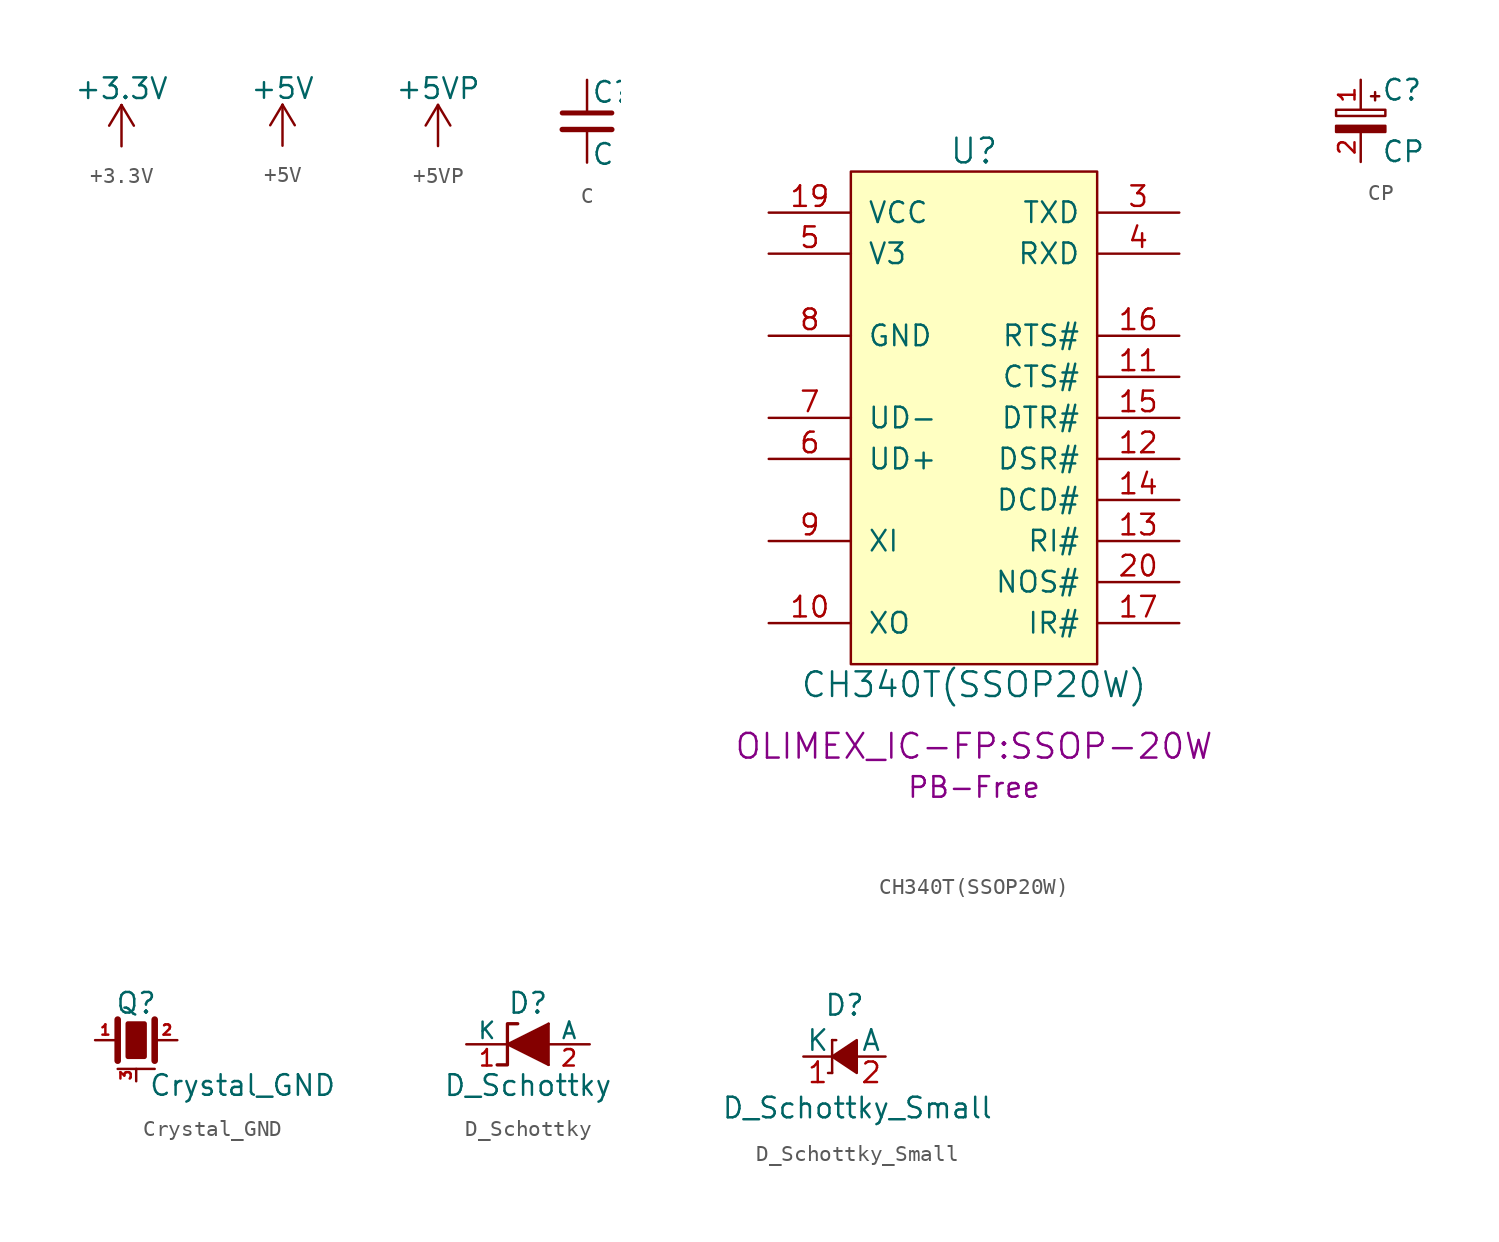
<source format=kicad_sym>
(kicad_symbol_lib
  (version 20231120)
  (generator "kicad_symbol_editor")
  (generator_version "8.0")
  (symbol "+3.3V"
    (power)
    (pin_names
      (offset 0))
    (property "Reference" "#PWR"
      (at 0 -3.81 0)
      (effects (font (size 1.27 1.27)) (hide yes)))
    (property "Value" "+3.3V"
      (at 0 3.556 0)
      (effects (font (size 1.27 1.27))))
    (property "Footprint" ""
      (at 0 0 0)
      (effects (font (size 1.524 1.524))))
    (property "Datasheet" ""
      (at 0 0 0)
      (effects (font (size 1.524 1.524))))
    (symbol "+3.3V_0_1"
      (polyline (pts (xy -0.762 1.27) (xy 0 2.54)) (stroke (width 0) (type solid)) (fill (type none)))
      (polyline (pts (xy 0 0) (xy 0 2.54)) (stroke (width 0) (type solid)) (fill (type none)))
      (polyline (pts (xy 0 2.54) (xy 0.762 1.27)) (stroke (width 0) (type solid)) (fill (type none))))
    (symbol "+3.3V_1_1"
      (pin power_in line (at 0 0 90) (length 0) hide (name "+3V3" (effects (font (size 1.27 1.27)))) (number "1" (effects (font (size 1.27 1.27)))))))
  (symbol "+5V"
    (power)
    (pin_names
      (offset 0))
    (property "Reference" "#PWR"
      (at 0 -3.81 0)
      (effects (font (size 1.27 1.27)) (hide yes)))
    (property "Value" "+5V"
      (at 0 3.556 0)
      (effects (font (size 1.27 1.27))))
    (property "Footprint" ""
      (at 0 0 0)
      (effects (font (size 1.524 1.524))))
    (property "Datasheet" ""
      (at 0 0 0)
      (effects (font (size 1.524 1.524))))
    (symbol "+5V_0_1"
      (polyline (pts (xy -0.762 1.27) (xy 0 2.54)) (stroke (width 0) (type solid)) (fill (type none)))
      (polyline (pts (xy 0 0) (xy 0 2.54)) (stroke (width 0) (type solid)) (fill (type none)))
      (polyline (pts (xy 0 2.54) (xy 0.762 1.27)) (stroke (width 0) (type solid)) (fill (type none))))
    (symbol "+5V_1_1"
      (pin power_in line (at 0 0 90) (length 0) hide (name "+5V" (effects (font (size 1.27 1.27)))) (number "1" (effects (font (size 1.27 1.27)))))))
  (symbol "+5VP"
    (power)
    (pin_names
      (offset 0))
    (property "Reference" "#PWR"
      (at 0 -3.81 0)
      (effects (font (size 1.27 1.27)) (hide yes)))
    (property "Value" "+5VP"
      (at 0 3.556 0)
      (effects (font (size 1.27 1.27))))
    (property "Footprint" ""
      (at 0 0 0)
      (effects (font (size 1.524 1.524))))
    (property "Datasheet" ""
      (at 0 0 0)
      (effects (font (size 1.524 1.524))))
    (symbol "+5VP_0_1"
      (polyline (pts (xy -0.762 1.27) (xy 0 2.54)) (stroke (width 0) (type solid)) (fill (type none)))
      (polyline (pts (xy 0 0) (xy 0 2.54)) (stroke (width 0) (type solid)) (fill (type none)))
      (polyline (pts (xy 0 2.54) (xy 0.762 1.27)) (stroke (width 0) (type solid)) (fill (type none))))
    (symbol "+5VP_1_1"
      (pin power_in line (at 0 0 90) (length 0) hide (name "+5VP" (effects (font (size 1.27 1.27)))) (number "1" (effects (font (size 1.27 1.27)))))))
  (symbol "C"
    (pin_numbers hide)
    (pin_names
      (offset 0.254) hide)
    (property "Reference" "C"
      (at 0.254 1.778 0)
      (effects (font (size 1.27 1.27)) (justify left)))
    (property "Value" "C"
      (at 0.254 -2.032 0)
      (effects (font (size 1.27 1.27)) (justify left)))
    (property "Footprint" ""
      (at 0 0 0)
      (effects (font (size 1.524 1.524))))
    (property "Datasheet" ""
      (at 0 0 0)
      (effects (font (size 1.524 1.524))))
    (symbol "C_0_1"
      (polyline (pts (xy -1.524 -0.508) (xy 1.524 -0.508)) (stroke (width 0.33) (type solid)) (fill (type none)))
      (polyline (pts (xy -1.524 0.508) (xy 1.524 0.508)) (stroke (width 0.305) (type solid)) (fill (type none))))
    (symbol "C_1_1"
      (pin passive line (at 0 2.54 270) (length 1.905) (name "~" (effects (font (size 1.016 1.016)))) (number "1" (effects (font (size 1.016 1.016)))))
      (pin passive line (at 0 -2.54 90) (length 2.032) (name "~" (effects (font (size 1.016 1.016)))) (number "2" (effects (font (size 1.016 1.016)))))))
  (symbol "CH340T(SSOP20W)"
    (pin_names
      (offset 1.016))
    (property "Reference" "U"
      (at 0 16.51 0)
      (effects (font (size 1.524 1.524))))
    (property "Value" "CH340T(SSOP20W)"
      (at 0 -16.51 0)
      (effects (font (size 1.524 1.524))))
    (property "Footprint" "OLIMEX_IC-FP:SSOP-20W"
      (at 0 -20.32 0)
      (effects (font (size 1.524 1.524))))
    (property "Datasheet" ""
      (at 0 0 0)
      (effects (font (size 1.524 1.524))))
    (property "Description" "PB-Free"
      (at 0 -22.86 0)
      (effects (font (size 1.27 1.27))))
    (symbol "CH340T(SSOP20W)_0_1"
      (rectangle (start -7.62 15.24) (end 7.62 -15.24) (stroke (width 0) (type solid)) (fill (type background))))
    (symbol "CH340T(SSOP20W)_1_1"
      (pin output line (at -12.7 -12.7 0) (length 5.08) (name "XO" (effects (font (size 1.27 1.27)))) (number "10" (effects (font (size 1.27 1.27)))))
      (pin input line (at 12.7 2.54 180) (length 5.08) (name "CTS#" (effects (font (size 1.27 1.27)))) (number "11" (effects (font (size 1.27 1.27)))))
      (pin input line (at 12.7 -2.54 180) (length 5.08) (name "DSR#" (effects (font (size 1.27 1.27)))) (number "12" (effects (font (size 1.27 1.27)))))
      (pin input line (at 12.7 -7.62 180) (length 5.08) (name "RI#" (effects (font (size 1.27 1.27)))) (number "13" (effects (font (size 1.27 1.27)))))
      (pin input line (at 12.7 -5.08 180) (length 5.08) (name "DCD#" (effects (font (size 1.27 1.27)))) (number "14" (effects (font (size 1.27 1.27)))))
      (pin output line (at 12.7 0 180) (length 5.08) (name "DTR#" (effects (font (size 1.27 1.27)))) (number "15" (effects (font (size 1.27 1.27)))))
      (pin output line (at 12.7 5.08 180) (length 5.08) (name "RTS#" (effects (font (size 1.27 1.27)))) (number "16" (effects (font (size 1.27 1.27)))))
      (pin input line (at 12.7 -12.7 180) (length 5.08) (name "IR#" (effects (font (size 1.27 1.27)))) (number "17" (effects (font (size 1.27 1.27)))))
      (pin power_in line (at -12.7 12.7 0) (length 5.08) (name "VCC" (effects (font (size 1.27 1.27)))) (number "19" (effects (font (size 1.27 1.27)))))
      (pin input line (at 12.7 -10.16 180) (length 5.08) (name "NOS#" (effects (font (size 1.27 1.27)))) (number "20" (effects (font (size 1.27 1.27)))))
      (pin output line (at 12.7 12.7 180) (length 5.08) (name "TXD" (effects (font (size 1.27 1.27)))) (number "3" (effects (font (size 1.27 1.27)))))
      (pin input line (at 12.7 10.16 180) (length 5.08) (name "RXD" (effects (font (size 1.27 1.27)))) (number "4" (effects (font (size 1.27 1.27)))))
      (pin power_in line (at -12.7 10.16 0) (length 5.08) (name "V3" (effects (font (size 1.27 1.27)))) (number "5" (effects (font (size 1.27 1.27)))))
      (pin bidirectional line (at -12.7 -2.54 0) (length 5.08) (name "UD+" (effects (font (size 1.27 1.27)))) (number "6" (effects (font (size 1.27 1.27)))))
      (pin bidirectional line (at -12.7 0 0) (length 5.08) (name "UD-" (effects (font (size 1.27 1.27)))) (number "7" (effects (font (size 1.27 1.27)))))
      (pin power_in line (at -12.7 5.08 0) (length 5.08) (name "GND" (effects (font (size 1.27 1.27)))) (number "8" (effects (font (size 1.27 1.27)))))
      (pin input line (at -12.7 -7.62 0) (length 5.08) (name "XI" (effects (font (size 1.27 1.27)))) (number "9" (effects (font (size 1.27 1.27)))))))
  (symbol "CP"
    (pin_names
      (offset 0.254) hide)
    (property "Reference" "C"
      (at 1.27 1.905 0)
      (effects (font (size 1.27 1.27)) (justify left)))
    (property "Value" "CP"
      (at 1.27 -1.905 0)
      (effects (font (size 1.27 1.27)) (justify left)))
    (property "Footprint" ""
      (at 0 0 0)
      (effects (font (size 1.524 1.524))))
    (property "Datasheet" ""
      (at 0 0 0)
      (effects (font (size 1.524 1.524))))
    (symbol "CP_0_1"
      (rectangle (start -1.524 -0.305) (end 1.524 -0.686) (stroke (width 0) (type solid)) (fill (type outline)))
      (rectangle (start -1.524 0.686) (end 1.524 0.305) (stroke (width 0) (type solid)) (fill (type none)))
      (polyline (pts (xy 0.635 1.524) (xy 1.143 1.524)) (stroke (width 0) (type solid)) (fill (type none)))
      (polyline (pts (xy 0.889 1.27) (xy 0.889 1.778)) (stroke (width 0) (type solid)) (fill (type none))))
    (symbol "CP_1_1"
      (pin passive line (at 0 2.54 270) (length 1.854) (name "+" (effects (font (size 1.016 1.016)))) (number "1" (effects (font (size 1.016 1.016)))))
      (pin passive line (at 0 -2.54 90) (length 1.854) (name "-" (effects (font (size 1.016 1.016)))) (number "2" (effects (font (size 1.016 1.016)))))))
  (symbol "Crystal_GND"
    (pin_names
      (offset 1.016) hide)
    (property "Reference" "Q"
      (at 0 2.286 0)
      (effects (font (size 1.27 1.27))))
    (property "Value" "Crystal_GND"
      (at 0.762 -2.794 0)
      (effects (font (size 1.27 1.27)) (justify left)))
    (property "Footprint" ""
      (at 0 0 0)
      (effects (font (size 1.524 1.524))))
    (property "Datasheet" ""
      (at 0 0 0)
      (effects (font (size 1.524 1.524))))
    (symbol "Crystal_GND_0_1"
      (polyline (pts (xy -1.143 -1.778) (xy 1.143 -1.778)) (stroke (width 0) (type solid)) (fill (type none)))
      (polyline (pts (xy -1.143 1.27) (xy -1.143 -1.27)) (stroke (width 0.406) (type solid)) (fill (type none)))
      (polyline (pts (xy 1.143 1.27) (xy 1.143 -1.27)) (stroke (width 0.406) (type solid)) (fill (type none)))
      (polyline (pts (xy -0.508 1.016) (xy 0.508 1.016) (xy 0.508 -1.016) (xy -0.508 -1.016) (xy -0.508 1.016)) (stroke (width 0.305) (type solid)) (fill (type outline))))
    (symbol "Crystal_GND_1_1"
      (pin passive line (at -2.54 0 0) (length 1.27) (name "1" (effects (font (size 0.508 0.508)))) (number "1" (effects (font (size 0.635 0.635)))))
      (pin passive line (at 2.54 0 180) (length 1.27) (name "2" (effects (font (size 0.508 0.508)))) (number "2" (effects (font (size 0.635 0.635)))))
      (pin passive line (at 0 -2.54 90) (length 0.762) (name "case" (effects (font (size 0.508 0.508)))) (number "3" (effects (font (size 0.635 0.635)))))))
  (symbol "D_Schottky"
    (pin_names
      (offset 0))
    (property "Reference" "D"
      (at 0 2.54 0)
      (effects (font (size 1.27 1.27))))
    (property "Value" "D_Schottky"
      (at 0 -2.54 0)
      (effects (font (size 1.27 1.27))))
    (property "Footprint" ""
      (at 0 0 0)
      (effects (font (size 1.524 1.524))))
    (property "Datasheet" ""
      (at 0 0 0)
      (effects (font (size 1.524 1.524))))
    (symbol "D_Schottky_0_1"
      (polyline (pts (xy 1.27 -1.27) (xy -1.27 0) (xy 1.27 1.27)) (stroke (width 0) (type solid)) (fill (type outline)))
      (polyline (pts (xy -0.635 1.27) (xy -1.27 1.27) (xy -1.27 -1.27) (xy -1.905 -1.27)) (stroke (width 0.203) (type solid)) (fill (type none)))
      (rectangle (start 1.27 1.27) (end 1.27 -1.27) (stroke (width 0) (type solid)) (fill (type none))))
    (symbol "D_Schottky_1_1"
      (pin passive line (at -3.81 0 0) (length 2.54) (name "K" (effects (font (size 1.016 1.016)))) (number "1" (effects (font (size 1.016 1.016)))))
      (pin passive line (at 3.81 0 180) (length 2.54) (name "A" (effects (font (size 1.016 1.016)))) (number "2" (effects (font (size 1.016 1.016)))))))
  (symbol "D_Schottky_Small"
    (pin_names
      (offset 0))
    (property "Reference" "D"
      (at -1.27 3.175 0)
      (effects (font (size 1.27 1.27)) (justify left)))
    (property "Value" "D_Schottky_Small"
      (at -7.62 -3.175 0)
      (effects (font (size 1.27 1.27)) (justify left)))
    (property "Footprint" ""
      (at 0 0 90)
      (effects (font (size 1.524 1.524))))
    (property "Datasheet" ""
      (at 0 0 90)
      (effects (font (size 1.524 1.524))))
    (symbol "D_Schottky_Small_0_1"
      (polyline (pts (xy -0.762 -1.016) (xy -1.016 -1.016)) (stroke (width 0) (type solid)) (fill (type none)))
      (polyline (pts (xy -0.762 -1.016) (xy -0.762 1.016)) (stroke (width 0) (type solid)) (fill (type none)))
      (polyline (pts (xy -0.762 1.016) (xy -0.762 1.016)) (stroke (width 0) (type solid)) (fill (type none)))
      (polyline (pts (xy -0.762 1.016) (xy -0.508 1.016)) (stroke (width 0) (type solid)) (fill (type none)))
      (polyline (pts (xy 0.762 -1.016) (xy -0.762 0) (xy 0.762 1.016) (xy 0.762 -1.016)) (stroke (width 0) (type solid)) (fill (type outline))))
    (symbol "D_Schottky_Small_1_1"
      (pin passive line (at -2.54 0 0) (length 1.778) (name "K" (effects (font (size 1.27 1.27)))) (number "1" (effects (font (size 1.27 1.27)))))
      (pin passive line (at 2.54 0 180) (length 1.778) (name "A" (effects (font (size 1.27 1.27)))) (number "2" (effects (font (size 1.27 1.27))))))))
</source>
